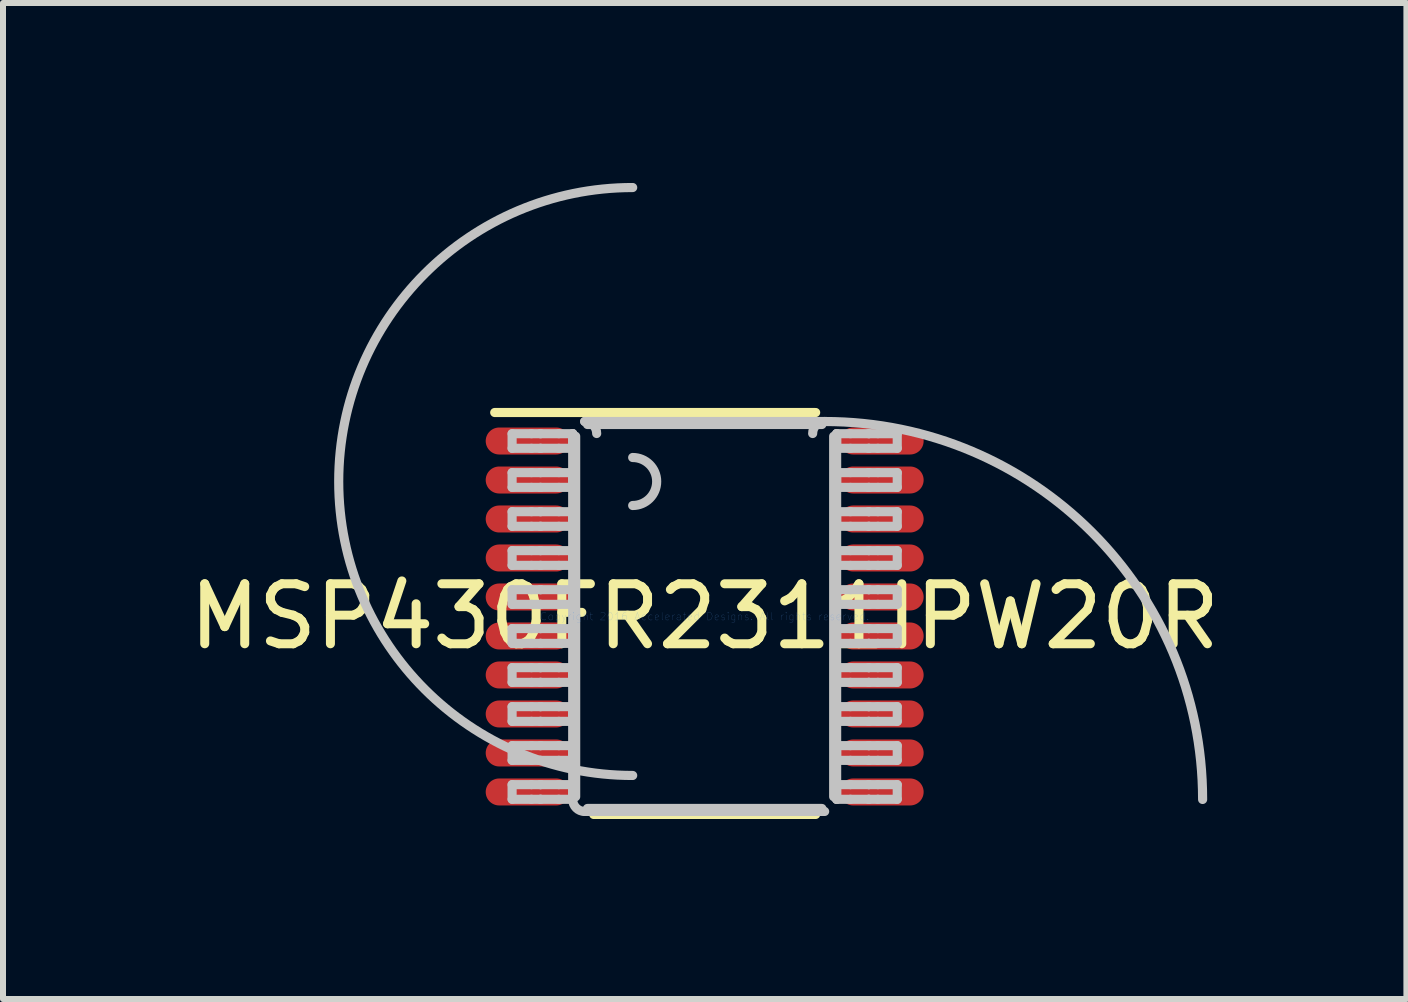
<source format=kicad_pcb>
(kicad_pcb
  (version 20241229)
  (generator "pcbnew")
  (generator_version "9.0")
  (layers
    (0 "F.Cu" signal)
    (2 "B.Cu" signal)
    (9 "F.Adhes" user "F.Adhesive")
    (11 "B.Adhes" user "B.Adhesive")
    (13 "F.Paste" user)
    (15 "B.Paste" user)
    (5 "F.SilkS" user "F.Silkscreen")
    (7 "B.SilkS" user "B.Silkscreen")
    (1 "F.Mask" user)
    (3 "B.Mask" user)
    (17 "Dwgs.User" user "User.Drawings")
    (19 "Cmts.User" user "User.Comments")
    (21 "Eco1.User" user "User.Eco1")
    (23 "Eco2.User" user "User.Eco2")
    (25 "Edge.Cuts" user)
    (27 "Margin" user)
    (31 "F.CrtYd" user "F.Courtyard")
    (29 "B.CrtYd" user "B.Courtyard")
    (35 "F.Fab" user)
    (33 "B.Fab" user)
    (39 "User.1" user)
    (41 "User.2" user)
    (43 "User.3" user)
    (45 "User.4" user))
  (footprint "MSP430FR2311IPW20R"
    (layer "F.Cu")
    (at 8.696 7.226)
    (property "Reference" "MSP430FR2311IPW20R" (at 0 0 0) (layer "F.SilkS") (effects (font (size 1 1) (thickness 0.15))))
    (attr through_hole)
    (fp_line (start -3.5 -3.4) (end 1.85 -3.4) (stroke (width 0.152) (type solid)) (layer "F.SilkS"))
    (fp_line (start -1.85 3.3) (end 1.85 3.3) (stroke (width 0.152) (type solid)) (layer "F.SilkS"))
    (fp_line (start -3.21 -3.047) (end -2.887 -3.047) (stroke (width 0.152) (type solid)) (layer "Dwgs.User"))
    (fp_line (start -3.21 -2.803) (end -3.21 -3.047) (stroke (width 0.152) (type solid)) (layer "Dwgs.User"))
    (fp_line (start -3.21 -2.803) (end -2.887 -2.803) (stroke (width 0.152) (type solid)) (layer "Dwgs.User"))
    (fp_line (start -3.21 -2.398) (end -2.887 -2.398) (stroke (width 0.152) (type solid)) (layer "Dwgs.User"))
    (fp_line (start -3.21 -2.152) (end -3.21 -2.398) (stroke (width 0.152) (type solid)) (layer "Dwgs.User"))
    (fp_line (start -3.21 -2.152) (end -2.887 -2.152) (stroke (width 0.152) (type solid)) (layer "Dwgs.User"))
    (fp_line (start -3.21 -1.747) (end -2.887 -1.747) (stroke (width 0.152) (type solid)) (layer "Dwgs.User"))
    (fp_line (start -3.21 -1.503) (end -3.21 -1.747) (stroke (width 0.152) (type solid)) (layer "Dwgs.User"))
    (fp_line (start -3.21 -1.503) (end -2.887 -1.503) (stroke (width 0.152) (type solid)) (layer "Dwgs.User"))
    (fp_line (start -3.21 -1.098) (end -2.887 -1.098) (stroke (width 0.152) (type solid)) (layer "Dwgs.User"))
    (fp_line (start -3.21 -0.852) (end -3.21 -1.098) (stroke (width 0.152) (type solid)) (layer "Dwgs.User"))
    (fp_line (start -3.21 -0.852) (end -2.887 -0.852) (stroke (width 0.152) (type solid)) (layer "Dwgs.User"))
    (fp_line (start -3.21 -0.447) (end -2.887 -0.447) (stroke (width 0.152) (type solid)) (layer "Dwgs.User"))
    (fp_line (start -3.21 -0.202) (end -3.21 -0.447) (stroke (width 0.152) (type solid)) (layer "Dwgs.User"))
    (fp_line (start -3.21 -0.202) (end -2.887 -0.202) (stroke (width 0.152) (type solid)) (layer "Dwgs.User"))
    (fp_line (start -3.21 0.202) (end -2.887 0.202) (stroke (width 0.152) (type solid)) (layer "Dwgs.User"))
    (fp_line (start -3.21 0.448) (end -3.21 0.202) (stroke (width 0.152) (type solid)) (layer "Dwgs.User"))
    (fp_line (start -3.21 0.448) (end -2.887 0.448) (stroke (width 0.152) (type solid)) (layer "Dwgs.User"))
    (fp_line (start -3.21 0.853) (end -2.887 0.853) (stroke (width 0.152) (type solid)) (layer "Dwgs.User"))
    (fp_line (start -3.21 1.098) (end -3.21 0.853) (stroke (width 0.152) (type solid)) (layer "Dwgs.User"))
    (fp_line (start -3.21 1.098) (end -2.887 1.098) (stroke (width 0.152) (type solid)) (layer "Dwgs.User"))
    (fp_line (start -3.21 1.503) (end -2.887 1.503) (stroke (width 0.152) (type solid)) (layer "Dwgs.User"))
    (fp_line (start -3.21 1.748) (end -3.21 1.503) (stroke (width 0.152) (type solid)) (layer "Dwgs.User"))
    (fp_line (start -3.21 1.748) (end -2.887 1.748) (stroke (width 0.152) (type solid)) (layer "Dwgs.User"))
    (fp_line (start -3.21 2.153) (end -2.887 2.153) (stroke (width 0.152) (type solid)) (layer "Dwgs.User"))
    (fp_line (start -3.21 2.398) (end -3.21 2.153) (stroke (width 0.152) (type solid)) (layer "Dwgs.User"))
    (fp_line (start -3.21 2.398) (end -2.887 2.398) (stroke (width 0.152) (type solid)) (layer "Dwgs.User"))
    (fp_line (start -3.21 2.803) (end -2.887 2.803) (stroke (width 0.152) (type solid)) (layer "Dwgs.User"))
    (fp_line (start -3.21 3.047) (end -3.21 2.803) (stroke (width 0.152) (type solid)) (layer "Dwgs.User"))
    (fp_line (start -3.21 3.047) (end -2.887 3.047) (stroke (width 0.152) (type solid)) (layer "Dwgs.User"))
    (fp_line (start -2.887 -3.047) (end -2.739 -3.047) (stroke (width 0.152) (type solid)) (layer "Dwgs.User"))
    (fp_line (start -2.887 -2.803) (end -2.739 -2.803) (stroke (width 0.152) (type solid)) (layer "Dwgs.User"))
    (fp_line (start -2.887 -2.398) (end -2.739 -2.398) (stroke (width 0.152) (type solid)) (layer "Dwgs.User"))
    (fp_line (start -2.887 -2.152) (end -2.739 -2.152) (stroke (width 0.152) (type solid)) (layer "Dwgs.User"))
    (fp_line (start -2.887 -1.747) (end -2.739 -1.747) (stroke (width 0.152) (type solid)) (layer "Dwgs.User"))
    (fp_line (start -2.887 -1.503) (end -2.739 -1.503) (stroke (width 0.152) (type solid)) (layer "Dwgs.User"))
    (fp_line (start -2.887 -1.098) (end -2.739 -1.098) (stroke (width 0.152) (type solid)) (layer "Dwgs.User"))
    (fp_line (start -2.887 -0.852) (end -2.739 -0.852) (stroke (width 0.152) (type solid)) (layer "Dwgs.User"))
    (fp_line (start -2.887 -0.447) (end -2.739 -0.447) (stroke (width 0.152) (type solid)) (layer "Dwgs.User"))
    (fp_line (start -2.887 -0.202) (end -2.739 -0.202) (stroke (width 0.152) (type solid)) (layer "Dwgs.User"))
    (fp_line (start -2.887 0.202) (end -2.739 0.202) (stroke (width 0.152) (type solid)) (layer "Dwgs.User"))
    (fp_line (start -2.887 0.448) (end -2.739 0.448) (stroke (width 0.152) (type solid)) (layer "Dwgs.User"))
    (fp_line (start -2.887 0.853) (end -2.739 0.853) (stroke (width 0.152) (type solid)) (layer "Dwgs.User"))
    (fp_line (start -2.887 1.098) (end -2.739 1.098) (stroke (width 0.152) (type solid)) (layer "Dwgs.User"))
    (fp_line (start -2.887 1.503) (end -2.739 1.503) (stroke (width 0.152) (type solid)) (layer "Dwgs.User"))
    (fp_line (start -2.887 1.748) (end -2.739 1.748) (stroke (width 0.152) (type solid)) (layer "Dwgs.User"))
    (fp_line (start -2.887 2.153) (end -2.739 2.153) (stroke (width 0.152) (type solid)) (layer "Dwgs.User"))
    (fp_line (start -2.887 2.398) (end -2.739 2.398) (stroke (width 0.152) (type solid)) (layer "Dwgs.User"))
    (fp_line (start -2.887 2.803) (end -2.739 2.803) (stroke (width 0.152) (type solid)) (layer "Dwgs.User"))
    (fp_line (start -2.887 3.047) (end -2.739 3.047) (stroke (width 0.152) (type solid)) (layer "Dwgs.User"))
    (fp_line (start -2.739 -3.047) (end -2.733 -3.047) (stroke (width 0.152) (type solid)) (layer "Dwgs.User"))
    (fp_line (start -2.739 -2.803) (end -2.733 -2.803) (stroke (width 0.152) (type solid)) (layer "Dwgs.User"))
    (fp_line (start -2.739 -2.398) (end -2.733 -2.398) (stroke (width 0.152) (type solid)) (layer "Dwgs.User"))
    (fp_line (start -2.739 -2.152) (end -2.733 -2.152) (stroke (width 0.152) (type solid)) (layer "Dwgs.User"))
    (fp_line (start -2.739 -1.747) (end -2.733 -1.747) (stroke (width 0.152) (type solid)) (layer "Dwgs.User"))
    (fp_line (start -2.739 -1.503) (end -2.733 -1.503) (stroke (width 0.152) (type solid)) (layer "Dwgs.User"))
    (fp_line (start -2.739 -1.098) (end -2.733 -1.098) (stroke (width 0.152) (type solid)) (layer "Dwgs.User"))
    (fp_line (start -2.739 -0.852) (end -2.733 -0.852) (stroke (width 0.152) (type solid)) (layer "Dwgs.User"))
    (fp_line (start -2.739 -0.447) (end -2.733 -0.447) (stroke (width 0.152) (type solid)) (layer "Dwgs.User"))
    (fp_line (start -2.739 -0.202) (end -2.733 -0.202) (stroke (width 0.152) (type solid)) (layer "Dwgs.User"))
    (fp_line (start -2.739 0.202) (end -2.733 0.202) (stroke (width 0.152) (type solid)) (layer "Dwgs.User"))
    (fp_line (start -2.739 0.448) (end -2.733 0.448) (stroke (width 0.152) (type solid)) (layer "Dwgs.User"))
    (fp_line (start -2.739 0.853) (end -2.733 0.853) (stroke (width 0.152) (type solid)) (layer "Dwgs.User"))
    (fp_line (start -2.739 1.098) (end -2.733 1.098) (stroke (width 0.152) (type solid)) (layer "Dwgs.User"))
    (fp_line (start -2.739 1.503) (end -2.733 1.503) (stroke (width 0.152) (type solid)) (layer "Dwgs.User"))
    (fp_line (start -2.739 1.748) (end -2.733 1.748) (stroke (width 0.152) (type solid)) (layer "Dwgs.User"))
    (fp_line (start -2.739 2.153) (end -2.733 2.153) (stroke (width 0.152) (type solid)) (layer "Dwgs.User"))
    (fp_line (start -2.739 2.398) (end -2.733 2.398) (stroke (width 0.152) (type solid)) (layer "Dwgs.User"))
    (fp_line (start -2.739 2.803) (end -2.733 2.803) (stroke (width 0.152) (type solid)) (layer "Dwgs.User"))
    (fp_line (start -2.739 3.047) (end -2.733 3.047) (stroke (width 0.152) (type solid)) (layer "Dwgs.User"))
    (fp_line (start -2.733 -3.047) (end -2.431 -3.047) (stroke (width 0.152) (type solid)) (layer "Dwgs.User"))
    (fp_line (start -2.733 -2.803) (end -2.431 -2.803) (stroke (width 0.152) (type solid)) (layer "Dwgs.User"))
    (fp_line (start -2.733 -2.398) (end -2.431 -2.398) (stroke (width 0.152) (type solid)) (layer "Dwgs.User"))
    (fp_line (start -2.733 -2.152) (end -2.431 -2.152) (stroke (width 0.152) (type solid)) (layer "Dwgs.User"))
    (fp_line (start -2.733 -1.747) (end -2.431 -1.747) (stroke (width 0.152) (type solid)) (layer "Dwgs.User"))
    (fp_line (start -2.733 -1.503) (end -2.431 -1.503) (stroke (width 0.152) (type solid)) (layer "Dwgs.User"))
    (fp_line (start -2.733 -1.098) (end -2.431 -1.098) (stroke (width 0.152) (type solid)) (layer "Dwgs.User"))
    (fp_line (start -2.733 -0.852) (end -2.431 -0.852) (stroke (width 0.152) (type solid)) (layer "Dwgs.User"))
    (fp_line (start -2.733 -0.447) (end -2.431 -0.447) (stroke (width 0.152) (type solid)) (layer "Dwgs.User"))
    (fp_line (start -2.733 -0.202) (end -2.431 -0.202) (stroke (width 0.152) (type solid)) (layer "Dwgs.User"))
    (fp_line (start -2.733 0.202) (end -2.431 0.202) (stroke (width 0.152) (type solid)) (layer "Dwgs.User"))
    (fp_line (start -2.733 0.448) (end -2.431 0.448) (stroke (width 0.152) (type solid)) (layer "Dwgs.User"))
    (fp_line (start -2.733 0.853) (end -2.431 0.853) (stroke (width 0.152) (type solid)) (layer "Dwgs.User"))
    (fp_line (start -2.733 1.098) (end -2.431 1.098) (stroke (width 0.152) (type solid)) (layer "Dwgs.User"))
    (fp_line (start -2.733 1.503) (end -2.431 1.503) (stroke (width 0.152) (type solid)) (layer "Dwgs.User"))
    (fp_line (start -2.733 1.748) (end -2.431 1.748) (stroke (width 0.152) (type solid)) (layer "Dwgs.User"))
    (fp_line (start -2.733 2.153) (end -2.431 2.153) (stroke (width 0.152) (type solid)) (layer "Dwgs.User"))
    (fp_line (start -2.733 2.398) (end -2.431 2.398) (stroke (width 0.152) (type solid)) (layer "Dwgs.User"))
    (fp_line (start -2.733 2.803) (end -2.431 2.803) (stroke (width 0.152) (type solid)) (layer "Dwgs.User"))
    (fp_line (start -2.733 3.047) (end -2.431 3.047) (stroke (width 0.152) (type solid)) (layer "Dwgs.User"))
    (fp_line (start -2.431 -3.047) (end -2.2 -3.047) (stroke (width 0.152) (type solid)) (layer "Dwgs.User"))
    (fp_line (start -2.431 -2.803) (end -2.2 -2.803) (stroke (width 0.152) (type solid)) (layer "Dwgs.User"))
    (fp_line (start -2.431 -2.398) (end -2.2 -2.398) (stroke (width 0.152) (type solid)) (layer "Dwgs.User"))
    (fp_line (start -2.431 -2.152) (end -2.2 -2.152) (stroke (width 0.152) (type solid)) (layer "Dwgs.User"))
    (fp_line (start -2.431 -1.747) (end -2.2 -1.747) (stroke (width 0.152) (type solid)) (layer "Dwgs.User"))
    (fp_line (start -2.431 -1.503) (end -2.2 -1.503) (stroke (width 0.152) (type solid)) (layer "Dwgs.User"))
    (fp_line (start -2.431 -1.098) (end -2.2 -1.098) (stroke (width 0.152) (type solid)) (layer "Dwgs.User"))
    (fp_line (start -2.431 -0.852) (end -2.2 -0.852) (stroke (width 0.152) (type solid)) (layer "Dwgs.User"))
    (fp_line (start -2.431 -0.447) (end -2.2 -0.447) (stroke (width 0.152) (type solid)) (layer "Dwgs.User"))
    (fp_line (start -2.431 -0.202) (end -2.2 -0.202) (stroke (width 0.152) (type solid)) (layer "Dwgs.User"))
    (fp_line (start -2.431 0.202) (end -2.2 0.202) (stroke (width 0.152) (type solid)) (layer "Dwgs.User"))
    (fp_line (start -2.431 0.448) (end -2.2 0.448) (stroke (width 0.152) (type solid)) (layer "Dwgs.User"))
    (fp_line (start -2.431 0.853) (end -2.2 0.853) (stroke (width 0.152) (type solid)) (layer "Dwgs.User"))
    (fp_line (start -2.431 1.098) (end -2.2 1.098) (stroke (width 0.152) (type solid)) (layer "Dwgs.User"))
    (fp_line (start -2.431 1.503) (end -2.2 1.503) (stroke (width 0.152) (type solid)) (layer "Dwgs.User"))
    (fp_line (start -2.431 1.748) (end -2.2 1.748) (stroke (width 0.152) (type solid)) (layer "Dwgs.User"))
    (fp_line (start -2.431 2.153) (end -2.2 2.153) (stroke (width 0.152) (type solid)) (layer "Dwgs.User"))
    (fp_line (start -2.431 2.398) (end -2.2 2.398) (stroke (width 0.152) (type solid)) (layer "Dwgs.User"))
    (fp_line (start -2.431 2.803) (end -2.2 2.803) (stroke (width 0.152) (type solid)) (layer "Dwgs.User"))
    (fp_line (start -2.431 3.047) (end -2.2 3.047) (stroke (width 0.152) (type solid)) (layer "Dwgs.User"))
    (fp_line (start -2.2 -2.803) (end -2.2 -3.047) (stroke (width 0.152) (type solid)) (layer "Dwgs.User"))
    (fp_line (start -2.2 -2.152) (end -2.2 -2.398) (stroke (width 0.152) (type solid)) (layer "Dwgs.User"))
    (fp_line (start -2.2 -1.503) (end -2.2 -1.747) (stroke (width 0.152) (type solid)) (layer "Dwgs.User"))
    (fp_line (start -2.2 -0.852) (end -2.2 -1.098) (stroke (width 0.152) (type solid)) (layer "Dwgs.User"))
    (fp_line (start -2.2 -0.202) (end -2.2 -0.447) (stroke (width 0.152) (type solid)) (layer "Dwgs.User"))
    (fp_line (start -2.2 0.448) (end -2.2 0.202) (stroke (width 0.152) (type solid)) (layer "Dwgs.User"))
    (fp_line (start -2.2 1.098) (end -2.2 0.853) (stroke (width 0.152) (type solid)) (layer "Dwgs.User"))
    (fp_line (start -2.2 1.748) (end -2.2 1.503) (stroke (width 0.152) (type solid)) (layer "Dwgs.User"))
    (fp_line (start -2.2 2.398) (end -2.2 2.153) (stroke (width 0.152) (type solid)) (layer "Dwgs.User"))
    (fp_line (start -2.2 3.047) (end -2.2 2.803) (stroke (width 0.152) (type solid)) (layer "Dwgs.User"))
    (fp_line (start -2.2 3.05) (end -2.2 -3.05) (stroke (width 0.152) (type solid)) (layer "Dwgs.User"))
    (fp_line (start -2.15 3.004) (end -2.15 -3.004) (stroke (width 0.152) (type solid)) (layer "Dwgs.User"))
    (fp_line (start -2 -3.25) (end 2 -3.25) (stroke (width 0.152) (type solid)) (layer "Dwgs.User"))
    (fp_line (start -2 3.25) (end 2 3.25) (stroke (width 0.152) (type solid)) (layer "Dwgs.User"))
    (fp_line (start -1.954 -3.2) (end 1.954 -3.2) (stroke (width 0.152) (type solid)) (layer "Dwgs.User"))
    (fp_line (start -1.954 3.2) (end 1.954 3.2) (stroke (width 0.152) (type solid)) (layer "Dwgs.User"))
    (fp_line (start 2.15 3.004) (end 2.15 -3.004) (stroke (width 0.152) (type solid)) (layer "Dwgs.User"))
    (fp_line (start 2.2 -3.047) (end 2.43 -3.047) (stroke (width 0.152) (type solid)) (layer "Dwgs.User"))
    (fp_line (start 2.2 -2.803) (end 2.2 -3.047) (stroke (width 0.152) (type solid)) (layer "Dwgs.User"))
    (fp_line (start 2.2 -2.803) (end 2.43 -2.803) (stroke (width 0.152) (type solid)) (layer "Dwgs.User"))
    (fp_line (start 2.2 -2.398) (end 2.43 -2.398) (stroke (width 0.152) (type solid)) (layer "Dwgs.User"))
    (fp_line (start 2.2 -2.152) (end 2.2 -2.398) (stroke (width 0.152) (type solid)) (layer "Dwgs.User"))
    (fp_line (start 2.2 -2.152) (end 2.43 -2.152) (stroke (width 0.152) (type solid)) (layer "Dwgs.User"))
    (fp_line (start 2.2 -1.747) (end 2.43 -1.747) (stroke (width 0.152) (type solid)) (layer "Dwgs.User"))
    (fp_line (start 2.2 -1.503) (end 2.2 -1.747) (stroke (width 0.152) (type solid)) (layer "Dwgs.User"))
    (fp_line (start 2.2 -1.503) (end 2.43 -1.503) (stroke (width 0.152) (type solid)) (layer "Dwgs.User"))
    (fp_line (start 2.2 -1.098) (end 2.43 -1.098) (stroke (width 0.152) (type solid)) (layer "Dwgs.User"))
    (fp_line (start 2.2 -0.852) (end 2.2 -1.098) (stroke (width 0.152) (type solid)) (layer "Dwgs.User"))
    (fp_line (start 2.2 -0.852) (end 2.43 -0.852) (stroke (width 0.152) (type solid)) (layer "Dwgs.User"))
    (fp_line (start 2.2 -0.447) (end 2.43 -0.447) (stroke (width 0.152) (type solid)) (layer "Dwgs.User"))
    (fp_line (start 2.2 -0.202) (end 2.2 -0.447) (stroke (width 0.152) (type solid)) (layer "Dwgs.User"))
    (fp_line (start 2.2 -0.202) (end 2.43 -0.202) (stroke (width 0.152) (type solid)) (layer "Dwgs.User"))
    (fp_line (start 2.2 0.202) (end 2.43 0.202) (stroke (width 0.152) (type solid)) (layer "Dwgs.User"))
    (fp_line (start 2.2 0.448) (end 2.2 0.202) (stroke (width 0.152) (type solid)) (layer "Dwgs.User"))
    (fp_line (start 2.2 0.448) (end 2.43 0.448) (stroke (width 0.152) (type solid)) (layer "Dwgs.User"))
    (fp_line (start 2.2 0.853) (end 2.43 0.853) (stroke (width 0.152) (type solid)) (layer "Dwgs.User"))
    (fp_line (start 2.2 1.098) (end 2.2 0.853) (stroke (width 0.152) (type solid)) (layer "Dwgs.User"))
    (fp_line (start 2.2 1.098) (end 2.43 1.098) (stroke (width 0.152) (type solid)) (layer "Dwgs.User"))
    (fp_line (start 2.2 1.503) (end 2.43 1.503) (stroke (width 0.152) (type solid)) (layer "Dwgs.User"))
    (fp_line (start 2.2 1.748) (end 2.2 1.503) (stroke (width 0.152) (type solid)) (layer "Dwgs.User"))
    (fp_line (start 2.2 1.748) (end 2.43 1.748) (stroke (width 0.152) (type solid)) (layer "Dwgs.User"))
    (fp_line (start 2.2 2.153) (end 2.43 2.153) (stroke (width 0.152) (type solid)) (layer "Dwgs.User"))
    (fp_line (start 2.2 2.398) (end 2.2 2.153) (stroke (width 0.152) (type solid)) (layer "Dwgs.User"))
    (fp_line (start 2.2 2.398) (end 2.43 2.398) (stroke (width 0.152) (type solid)) (layer "Dwgs.User"))
    (fp_line (start 2.2 2.803) (end 2.43 2.803) (stroke (width 0.152) (type solid)) (layer "Dwgs.User"))
    (fp_line (start 2.2 3.047) (end 2.2 2.803) (stroke (width 0.152) (type solid)) (layer "Dwgs.User"))
    (fp_line (start 2.2 3.047) (end 2.43 3.047) (stroke (width 0.152) (type solid)) (layer "Dwgs.User"))
    (fp_line (start 2.2 3.05) (end 2.2 -3.05) (stroke (width 0.152) (type solid)) (layer "Dwgs.User"))
    (fp_line (start 2.43 -3.047) (end 2.733 -3.047) (stroke (width 0.152) (type solid)) (layer "Dwgs.User"))
    (fp_line (start 2.43 -2.803) (end 2.733 -2.803) (stroke (width 0.152) (type solid)) (layer "Dwgs.User"))
    (fp_line (start 2.43 -2.398) (end 2.733 -2.398) (stroke (width 0.152) (type solid)) (layer "Dwgs.User"))
    (fp_line (start 2.43 -2.152) (end 2.733 -2.152) (stroke (width 0.152) (type solid)) (layer "Dwgs.User"))
    (fp_line (start 2.43 -1.747) (end 2.733 -1.747) (stroke (width 0.152) (type solid)) (layer "Dwgs.User"))
    (fp_line (start 2.43 -1.503) (end 2.733 -1.503) (stroke (width 0.152) (type solid)) (layer "Dwgs.User"))
    (fp_line (start 2.43 -1.098) (end 2.733 -1.098) (stroke (width 0.152) (type solid)) (layer "Dwgs.User"))
    (fp_line (start 2.43 -0.852) (end 2.733 -0.852) (stroke (width 0.152) (type solid)) (layer "Dwgs.User"))
    (fp_line (start 2.43 -0.447) (end 2.733 -0.447) (stroke (width 0.152) (type solid)) (layer "Dwgs.User"))
    (fp_line (start 2.43 -0.202) (end 2.733 -0.202) (stroke (width 0.152) (type solid)) (layer "Dwgs.User"))
    (fp_line (start 2.43 0.202) (end 2.733 0.202) (stroke (width 0.152) (type solid)) (layer "Dwgs.User"))
    (fp_line (start 2.43 0.448) (end 2.733 0.448) (stroke (width 0.152) (type solid)) (layer "Dwgs.User"))
    (fp_line (start 2.43 0.853) (end 2.733 0.853) (stroke (width 0.152) (type solid)) (layer "Dwgs.User"))
    (fp_line (start 2.43 1.098) (end 2.733 1.098) (stroke (width 0.152) (type solid)) (layer "Dwgs.User"))
    (fp_line (start 2.43 1.503) (end 2.733 1.503) (stroke (width 0.152) (type solid)) (layer "Dwgs.User"))
    (fp_line (start 2.43 1.748) (end 2.733 1.748) (stroke (width 0.152) (type solid)) (layer "Dwgs.User"))
    (fp_line (start 2.43 2.153) (end 2.733 2.153) (stroke (width 0.152) (type solid)) (layer "Dwgs.User"))
    (fp_line (start 2.43 2.398) (end 2.733 2.398) (stroke (width 0.152) (type solid)) (layer "Dwgs.User"))
    (fp_line (start 2.43 2.803) (end 2.733 2.803) (stroke (width 0.152) (type solid)) (layer "Dwgs.User"))
    (fp_line (start 2.43 3.047) (end 2.733 3.047) (stroke (width 0.152) (type solid)) (layer "Dwgs.User"))
    (fp_line (start 2.733 -3.047) (end 2.739 -3.047) (stroke (width 0.152) (type solid)) (layer "Dwgs.User"))
    (fp_line (start 2.733 -2.803) (end 2.739 -2.803) (stroke (width 0.152) (type solid)) (layer "Dwgs.User"))
    (fp_line (start 2.733 -2.398) (end 2.739 -2.398) (stroke (width 0.152) (type solid)) (layer "Dwgs.User"))
    (fp_line (start 2.733 -2.152) (end 2.739 -2.152) (stroke (width 0.152) (type solid)) (layer "Dwgs.User"))
    (fp_line (start 2.733 -1.747) (end 2.739 -1.747) (stroke (width 0.152) (type solid)) (layer "Dwgs.User"))
    (fp_line (start 2.733 -1.503) (end 2.739 -1.503) (stroke (width 0.152) (type solid)) (layer "Dwgs.User"))
    (fp_line (start 2.733 -1.098) (end 2.739 -1.098) (stroke (width 0.152) (type solid)) (layer "Dwgs.User"))
    (fp_line (start 2.733 -0.852) (end 2.739 -0.852) (stroke (width 0.152) (type solid)) (layer "Dwgs.User"))
    (fp_line (start 2.733 -0.447) (end 2.739 -0.447) (stroke (width 0.152) (type solid)) (layer "Dwgs.User"))
    (fp_line (start 2.733 -0.202) (end 2.739 -0.202) (stroke (width 0.152) (type solid)) (layer "Dwgs.User"))
    (fp_line (start 2.733 0.202) (end 2.739 0.202) (stroke (width 0.152) (type solid)) (layer "Dwgs.User"))
    (fp_line (start 2.733 0.448) (end 2.739 0.448) (stroke (width 0.152) (type solid)) (layer "Dwgs.User"))
    (fp_line (start 2.733 0.853) (end 2.739 0.853) (stroke (width 0.152) (type solid)) (layer "Dwgs.User"))
    (fp_line (start 2.733 1.098) (end 2.739 1.098) (stroke (width 0.152) (type solid)) (layer "Dwgs.User"))
    (fp_line (start 2.733 1.503) (end 2.739 1.503) (stroke (width 0.152) (type solid)) (layer "Dwgs.User"))
    (fp_line (start 2.733 1.748) (end 2.739 1.748) (stroke (width 0.152) (type solid)) (layer "Dwgs.User"))
    (fp_line (start 2.733 2.153) (end 2.739 2.153) (stroke (width 0.152) (type solid)) (layer "Dwgs.User"))
    (fp_line (start 2.733 2.398) (end 2.739 2.398) (stroke (width 0.152) (type solid)) (layer "Dwgs.User"))
    (fp_line (start 2.733 2.803) (end 2.739 2.803) (stroke (width 0.152) (type solid)) (layer "Dwgs.User"))
    (fp_line (start 2.733 3.047) (end 2.739 3.047) (stroke (width 0.152) (type solid)) (layer "Dwgs.User"))
    (fp_line (start 2.739 -3.047) (end 2.887 -3.047) (stroke (width 0.152) (type solid)) (layer "Dwgs.User"))
    (fp_line (start 2.739 -2.803) (end 2.887 -2.803) (stroke (width 0.152) (type solid)) (layer "Dwgs.User"))
    (fp_line (start 2.739 -2.398) (end 2.887 -2.398) (stroke (width 0.152) (type solid)) (layer "Dwgs.User"))
    (fp_line (start 2.739 -2.152) (end 2.887 -2.152) (stroke (width 0.152) (type solid)) (layer "Dwgs.User"))
    (fp_line (start 2.739 -1.747) (end 2.887 -1.747) (stroke (width 0.152) (type solid)) (layer "Dwgs.User"))
    (fp_line (start 2.739 -1.503) (end 2.887 -1.503) (stroke (width 0.152) (type solid)) (layer "Dwgs.User"))
    (fp_line (start 2.739 -1.098) (end 2.887 -1.098) (stroke (width 0.152) (type solid)) (layer "Dwgs.User"))
    (fp_line (start 2.739 -0.852) (end 2.887 -0.852) (stroke (width 0.152) (type solid)) (layer "Dwgs.User"))
    (fp_line (start 2.739 -0.447) (end 2.887 -0.447) (stroke (width 0.152) (type solid)) (layer "Dwgs.User"))
    (fp_line (start 2.739 -0.202) (end 2.887 -0.202) (stroke (width 0.152) (type solid)) (layer "Dwgs.User"))
    (fp_line (start 2.739 0.202) (end 2.887 0.202) (stroke (width 0.152) (type solid)) (layer "Dwgs.User"))
    (fp_line (start 2.739 0.448) (end 2.887 0.448) (stroke (width 0.152) (type solid)) (layer "Dwgs.User"))
    (fp_line (start 2.739 0.853) (end 2.887 0.853) (stroke (width 0.152) (type solid)) (layer "Dwgs.User"))
    (fp_line (start 2.739 1.098) (end 2.887 1.098) (stroke (width 0.152) (type solid)) (layer "Dwgs.User"))
    (fp_line (start 2.739 1.503) (end 2.887 1.503) (stroke (width 0.152) (type solid)) (layer "Dwgs.User"))
    (fp_line (start 2.739 1.748) (end 2.887 1.748) (stroke (width 0.152) (type solid)) (layer "Dwgs.User"))
    (fp_line (start 2.739 2.153) (end 2.887 2.153) (stroke (width 0.152) (type solid)) (layer "Dwgs.User"))
    (fp_line (start 2.739 2.398) (end 2.887 2.398) (stroke (width 0.152) (type solid)) (layer "Dwgs.User"))
    (fp_line (start 2.739 2.803) (end 2.887 2.803) (stroke (width 0.152) (type solid)) (layer "Dwgs.User"))
    (fp_line (start 2.739 3.047) (end 2.887 3.047) (stroke (width 0.152) (type solid)) (layer "Dwgs.User"))
    (fp_line (start 2.887 -3.047) (end 3.21 -3.047) (stroke (width 0.152) (type solid)) (layer "Dwgs.User"))
    (fp_line (start 2.887 -2.803) (end 3.21 -2.803) (stroke (width 0.152) (type solid)) (layer "Dwgs.User"))
    (fp_line (start 2.887 -2.398) (end 3.21 -2.398) (stroke (width 0.152) (type solid)) (layer "Dwgs.User"))
    (fp_line (start 2.887 -2.152) (end 3.21 -2.152) (stroke (width 0.152) (type solid)) (layer "Dwgs.User"))
    (fp_line (start 2.887 -1.747) (end 3.21 -1.747) (stroke (width 0.152) (type solid)) (layer "Dwgs.User"))
    (fp_line (start 2.887 -1.503) (end 3.21 -1.503) (stroke (width 0.152) (type solid)) (layer "Dwgs.User"))
    (fp_line (start 2.887 -1.098) (end 3.21 -1.098) (stroke (width 0.152) (type solid)) (layer "Dwgs.User"))
    (fp_line (start 2.887 -0.852) (end 3.21 -0.852) (stroke (width 0.152) (type solid)) (layer "Dwgs.User"))
    (fp_line (start 2.887 -0.447) (end 3.21 -0.447) (stroke (width 0.152) (type solid)) (layer "Dwgs.User"))
    (fp_line (start 2.887 -0.202) (end 3.21 -0.202) (stroke (width 0.152) (type solid)) (layer "Dwgs.User"))
    (fp_line (start 2.887 0.202) (end 3.21 0.202) (stroke (width 0.152) (type solid)) (layer "Dwgs.User"))
    (fp_line (start 2.887 0.448) (end 3.21 0.448) (stroke (width 0.152) (type solid)) (layer "Dwgs.User"))
    (fp_line (start 2.887 0.853) (end 3.21 0.853) (stroke (width 0.152) (type solid)) (layer "Dwgs.User"))
    (fp_line (start 2.887 1.098) (end 3.21 1.098) (stroke (width 0.152) (type solid)) (layer "Dwgs.User"))
    (fp_line (start 2.887 1.503) (end 3.21 1.503) (stroke (width 0.152) (type solid)) (layer "Dwgs.User"))
    (fp_line (start 2.887 1.748) (end 3.21 1.748) (stroke (width 0.152) (type solid)) (layer "Dwgs.User"))
    (fp_line (start 2.887 2.153) (end 3.21 2.153) (stroke (width 0.152) (type solid)) (layer "Dwgs.User"))
    (fp_line (start 2.887 2.398) (end 3.21 2.398) (stroke (width 0.152) (type solid)) (layer "Dwgs.User"))
    (fp_line (start 2.887 2.803) (end 3.21 2.803) (stroke (width 0.152) (type solid)) (layer "Dwgs.User"))
    (fp_line (start 2.887 3.047) (end 3.21 3.047) (stroke (width 0.152) (type solid)) (layer "Dwgs.User"))
    (fp_line (start 3.21 -2.803) (end 3.21 -3.047) (stroke (width 0.152) (type solid)) (layer "Dwgs.User"))
    (fp_line (start 3.21 -2.152) (end 3.21 -2.398) (stroke (width 0.152) (type solid)) (layer "Dwgs.User"))
    (fp_line (start 3.21 -1.503) (end 3.21 -1.747) (stroke (width 0.152) (type solid)) (layer "Dwgs.User"))
    (fp_line (start 3.21 -0.852) (end 3.21 -1.098) (stroke (width 0.152) (type solid)) (layer "Dwgs.User"))
    (fp_line (start 3.21 -0.202) (end 3.21 -0.447) (stroke (width 0.152) (type solid)) (layer "Dwgs.User"))
    (fp_line (start 3.21 0.448) (end 3.21 0.202) (stroke (width 0.152) (type solid)) (layer "Dwgs.User"))
    (fp_line (start 3.21 1.098) (end 3.21 0.853) (stroke (width 0.152) (type solid)) (layer "Dwgs.User"))
    (fp_line (start 3.21 1.748) (end 3.21 1.503) (stroke (width 0.152) (type solid)) (layer "Dwgs.User"))
    (fp_line (start 3.21 2.398) (end 3.21 2.153) (stroke (width 0.152) (type solid)) (layer "Dwgs.User"))
    (fp_line (start 3.21 3.047) (end 3.21 2.803) (stroke (width 0.152) (type solid)) (layer "Dwgs.User"))
    (fp_arc (start -2.000014 -3.250001) (mid -1.858584 -3.191419) (end -1.800002 -3.049989) (stroke (width 0.1524) (type solid)) (layer "Dwgs.User"))
    (fp_arc (start -2.000014 3.250011) (mid -2.141444 3.191429) (end -2.200026 3.049999) (stroke (width 0.1524) (type solid)) (layer "Dwgs.User"))
    (fp_arc (start -1.200003 -2.650002) (mid -0.800004 -2.250003) (end -1.200003 -1.850004) (stroke (width 0.1524) (type solid)) (layer "Dwgs.User"))
    (fp_arc (start -1.200003 2.650002) (mid -6.100008 -2.250003) (end -1.200003 -7.150008) (stroke (width 0.1524) (type solid)) (layer "Dwgs.User"))
    (fp_arc (start 1.799991 -3.050002) (mid 1.85857 -3.191423) (end 1.999991 -3.250002) (stroke (width 0.1524) (type solid)) (layer "Dwgs.User"))
    (fp_arc (start 1.999991 -3.250011) (mid 6.45478 -1.404777) (end 8.300014 3.050012) (stroke (width 0.1524) (type solid)) (layer "Dwgs.User"))
    (fp_text user "Copyright 2016 Accelerated Designs. All rights reserved." (at 0 0 0) (layer "Cmts.User") (effects (font (size 0.127 0.127) (thickness 0.002))))
    (pad "1" smd oval (at -2.95 -2.925 90) (size 0.45 1.4) (layers "F.Cu" "F.Mask" "F.Paste"))
    (pad "2" smd oval (at -2.95 -2.275 90) (size 0.45 1.4) (layers "F.Cu" "F.Mask" "F.Paste"))
    (pad "3" smd oval (at -2.95 -1.625 90) (size 0.45 1.4) (layers "F.Cu" "F.Mask" "F.Paste"))
    (pad "4" smd oval (at -2.95 -0.975 90) (size 0.45 1.4) (layers "F.Cu" "F.Mask" "F.Paste"))
    (pad "5" smd oval (at -2.95 -0.325 90) (size 0.45 1.4) (layers "F.Cu" "F.Mask" "F.Paste"))
    (pad "6" smd oval (at -2.95 0.325 90) (size 0.45 1.4) (layers "F.Cu" "F.Mask" "F.Paste"))
    (pad "7" smd oval (at -2.95 0.975 90) (size 0.45 1.4) (layers "F.Cu" "F.Mask" "F.Paste"))
    (pad "8" smd oval (at -2.95 1.625 90) (size 0.45 1.4) (layers "F.Cu" "F.Mask" "F.Paste"))
    (pad "9" smd oval (at -2.95 2.275 90) (size 0.45 1.4) (layers "F.Cu" "F.Mask" "F.Paste"))
    (pad "10" smd oval (at -2.95 2.925 90) (size 0.45 1.4) (layers "F.Cu" "F.Mask" "F.Paste"))
    (pad "11" smd oval (at 2.95 2.925 90) (size 0.45 1.4) (layers "F.Cu" "F.Mask" "F.Paste"))
    (pad "12" smd oval (at 2.95 2.275 90) (size 0.45 1.4) (layers "F.Cu" "F.Mask" "F.Paste"))
    (pad "13" smd oval (at 2.95 1.625 90) (size 0.45 1.4) (layers "F.Cu" "F.Mask" "F.Paste"))
    (pad "14" smd oval (at 2.95 0.975 90) (size 0.45 1.4) (layers "F.Cu" "F.Mask" "F.Paste"))
    (pad "15" smd oval (at 2.95 0.325 90) (size 0.45 1.4) (layers "F.Cu" "F.Mask" "F.Paste"))
    (pad "16" smd oval (at 2.95 -0.325 90) (size 0.45 1.4) (layers "F.Cu" "F.Mask" "F.Paste"))
    (pad "17" smd oval (at 2.95 -0.975 90) (size 0.45 1.4) (layers "F.Cu" "F.Mask" "F.Paste"))
    (pad "18" smd oval (at 2.95 -1.625 90) (size 0.45 1.4) (layers "F.Cu" "F.Mask" "F.Paste"))
    (pad "19" smd oval (at 2.95 -2.275 90) (size 0.45 1.4) (layers "F.Cu" "F.Mask" "F.Paste"))
    (pad "20" smd oval (at 2.95 -2.925 90) (size 0.45 1.4) (layers "F.Cu" "F.Mask" "F.Paste")))
  (gr_rect
    (start -3 -3)
    (end 20.393 13.602)
    (stroke (width 0.1) (type default))
    (fill no)
    (layer "Edge.Cuts")))
</source>
